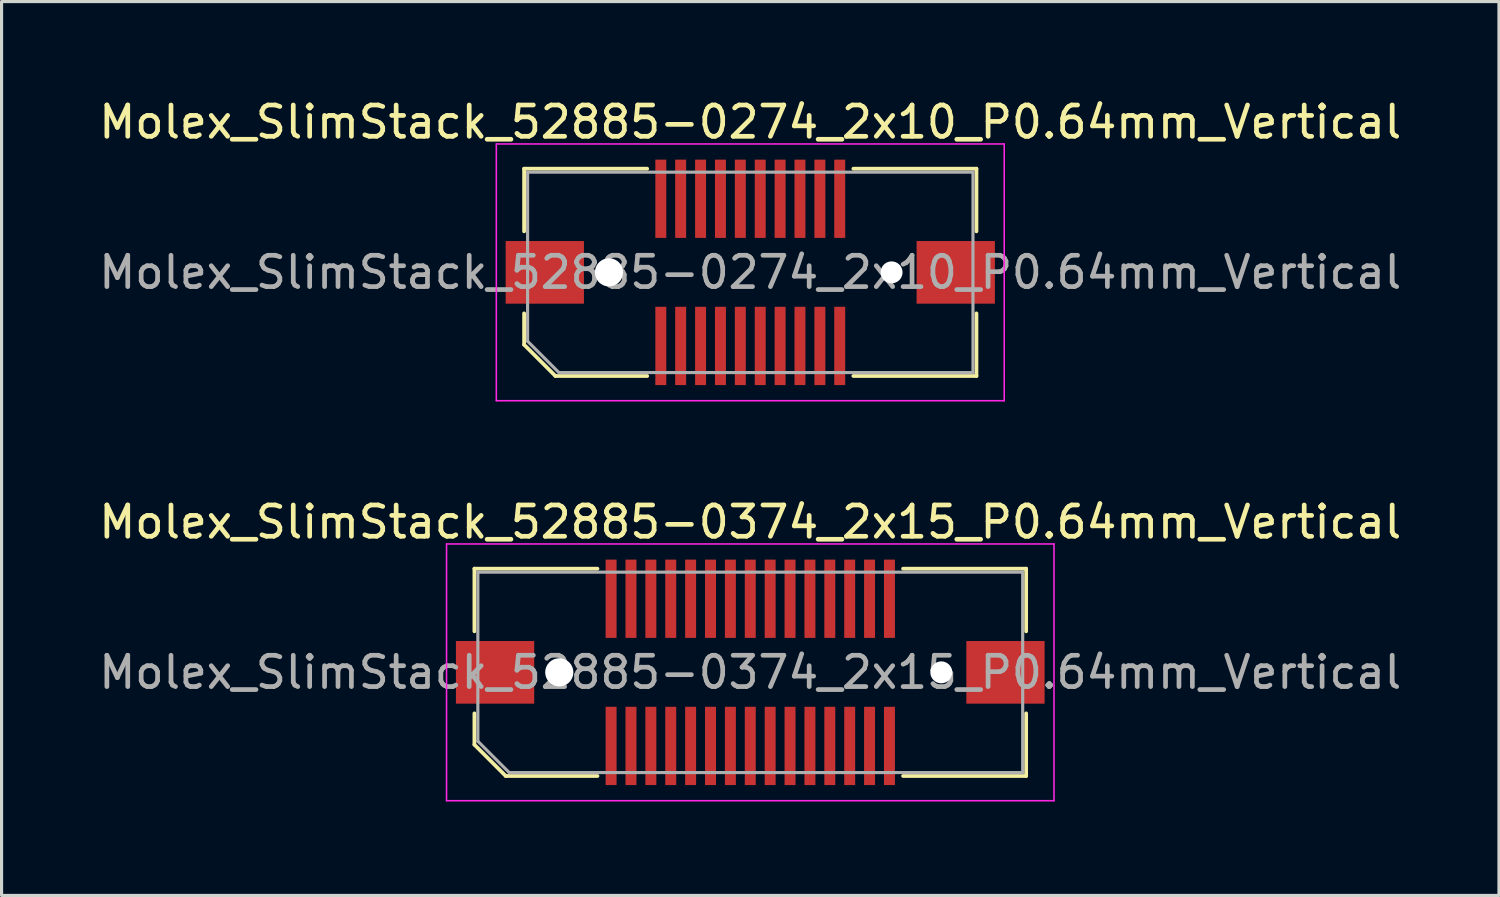
<source format=kicad_pcb>
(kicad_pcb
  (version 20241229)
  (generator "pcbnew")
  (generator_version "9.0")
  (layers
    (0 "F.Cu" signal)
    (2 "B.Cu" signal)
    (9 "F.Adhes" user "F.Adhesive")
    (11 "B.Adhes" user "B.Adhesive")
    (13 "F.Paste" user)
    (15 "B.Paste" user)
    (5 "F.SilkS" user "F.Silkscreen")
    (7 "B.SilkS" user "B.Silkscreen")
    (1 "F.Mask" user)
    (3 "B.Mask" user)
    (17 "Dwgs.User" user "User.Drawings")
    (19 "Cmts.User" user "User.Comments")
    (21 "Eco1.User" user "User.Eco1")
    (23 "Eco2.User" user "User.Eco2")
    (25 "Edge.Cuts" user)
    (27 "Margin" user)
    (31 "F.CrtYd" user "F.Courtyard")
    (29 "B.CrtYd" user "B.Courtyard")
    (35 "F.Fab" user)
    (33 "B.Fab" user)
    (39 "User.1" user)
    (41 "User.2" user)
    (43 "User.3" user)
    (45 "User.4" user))
  (footprint "Molex_SlimStack_52885-0374_2x15_P0.64mm_Vertical"
    (layer "F.Cu")
    (at 20.911 18.422)
    (property "Reference" "Molex_SlimStack_52885-0374_2x15_P0.64mm_Vertical" (at 0 -4.8 0) (layer "F.SilkS") (effects (font (size 1 1) (thickness 0.15))))
    (attr smd)
    (fp_line (start -8.81 -3.31) (end -4.88 -3.31) (stroke (width 0.12) (type solid)) (layer "F.SilkS"))
    (fp_line (start -8.81 -1.31) (end -8.81 -3.31) (stroke (width 0.12) (type solid)) (layer "F.SilkS"))
    (fp_line (start -8.81 2.31) (end -8.81 1.31) (stroke (width 0.12) (type solid)) (layer "F.SilkS"))
    (fp_line (start -7.81 3.31) (end -8.81 2.31) (stroke (width 0.12) (type solid)) (layer "F.SilkS"))
    (fp_line (start -4.88 3.31) (end -7.81 3.31) (stroke (width 0.12) (type solid)) (layer "F.SilkS"))
    (fp_line (start 4.88 3.31) (end 8.81 3.31) (stroke (width 0.12) (type solid)) (layer "F.SilkS"))
    (fp_line (start 8.81 -3.31) (end 4.88 -3.31) (stroke (width 0.12) (type solid)) (layer "F.SilkS"))
    (fp_line (start 8.81 -1.31) (end 8.81 -3.31) (stroke (width 0.12) (type solid)) (layer "F.SilkS"))
    (fp_line (start 8.81 3.31) (end 8.81 1.31) (stroke (width 0.12) (type solid)) (layer "F.SilkS"))
    (fp_line (start -9.7 -4.1) (end -9.7 4.1) (stroke (width 0.05) (type solid)) (layer "F.CrtYd"))
    (fp_line (start -9.7 4.1) (end 9.7 4.1) (stroke (width 0.05) (type solid)) (layer "F.CrtYd"))
    (fp_line (start 9.7 -4.1) (end -9.7 -4.1) (stroke (width 0.05) (type solid)) (layer "F.CrtYd"))
    (fp_line (start 9.7 4.1) (end 9.7 -4.1) (stroke (width 0.05) (type solid)) (layer "F.CrtYd"))
    (fp_line (start -8.7 -3.2) (end -8.7 2.2) (stroke (width 0.1) (type solid)) (layer "F.Fab"))
    (fp_line (start -8.7 2.2) (end -7.7 3.2) (stroke (width 0.1) (type solid)) (layer "F.Fab"))
    (fp_line (start -7.7 3.2) (end 8.7 3.2) (stroke (width 0.1) (type solid)) (layer "F.Fab"))
    (fp_line (start 8.7 -3.2) (end -8.7 -3.2) (stroke (width 0.1) (type solid)) (layer "F.Fab"))
    (fp_line (start 8.7 3.2) (end 8.7 -3.2) (stroke (width 0.1) (type solid)) (layer "F.Fab"))
    (fp_text user "${REFERENCE}" (at 0 0 0) (layer "F.Fab") (effects (font (size 1 1) (thickness 0.15))))
    (pad "" smd rect (at -8.15 0) (size 2.5 2) (layers "F.Cu" "F.Mask" "F.Paste"))
    (pad "" np_thru_hole circle (at -6.1 0) (size 0.9 0.9) (drill 0.9) (layers "*.Cu" "*.Mask"))
    (pad "" np_thru_hole circle (at 6.1 0) (size 0.7 0.7) (drill 0.7) (layers "*.Cu" "*.Mask"))
    (pad "" smd rect (at 8.15 0) (size 2.5 2) (layers "F.Cu" "F.Mask" "F.Paste"))
    (pad "1" smd rect (at -4.445 2.35) (size 0.35 2.5) (layers "F.Cu" "F.Mask" "F.Paste"))
    (pad "2" smd rect (at -4.445 -2.35) (size 0.35 2.5) (layers "F.Cu" "F.Mask" "F.Paste"))
    (pad "3" smd rect (at -3.81 2.35) (size 0.35 2.5) (layers "F.Cu" "F.Mask" "F.Paste"))
    (pad "4" smd rect (at -3.81 -2.35) (size 0.35 2.5) (layers "F.Cu" "F.Mask" "F.Paste"))
    (pad "5" smd rect (at -3.175 2.35) (size 0.35 2.5) (layers "F.Cu" "F.Mask" "F.Paste"))
    (pad "6" smd rect (at -3.175 -2.35) (size 0.35 2.5) (layers "F.Cu" "F.Mask" "F.Paste"))
    (pad "7" smd rect (at -2.54 2.35) (size 0.35 2.5) (layers "F.Cu" "F.Mask" "F.Paste"))
    (pad "8" smd rect (at -2.54 -2.35) (size 0.35 2.5) (layers "F.Cu" "F.Mask" "F.Paste"))
    (pad "9" smd rect (at -1.905 2.35) (size 0.35 2.5) (layers "F.Cu" "F.Mask" "F.Paste"))
    (pad "10" smd rect (at -1.905 -2.35) (size 0.35 2.5) (layers "F.Cu" "F.Mask" "F.Paste"))
    (pad "11" smd rect (at -1.27 2.35) (size 0.35 2.5) (layers "F.Cu" "F.Mask" "F.Paste"))
    (pad "12" smd rect (at -1.27 -2.35) (size 0.35 2.5) (layers "F.Cu" "F.Mask" "F.Paste"))
    (pad "13" smd rect (at -0.635 2.35) (size 0.35 2.5) (layers "F.Cu" "F.Mask" "F.Paste"))
    (pad "14" smd rect (at -0.635 -2.35) (size 0.35 2.5) (layers "F.Cu" "F.Mask" "F.Paste"))
    (pad "15" smd rect (at 0 2.35) (size 0.35 2.5) (layers "F.Cu" "F.Mask" "F.Paste"))
    (pad "16" smd rect (at 0 -2.35) (size 0.35 2.5) (layers "F.Cu" "F.Mask" "F.Paste"))
    (pad "17" smd rect (at 0.635 2.35) (size 0.35 2.5) (layers "F.Cu" "F.Mask" "F.Paste"))
    (pad "18" smd rect (at 0.635 -2.35) (size 0.35 2.5) (layers "F.Cu" "F.Mask" "F.Paste"))
    (pad "19" smd rect (at 1.27 2.35) (size 0.35 2.5) (layers "F.Cu" "F.Mask" "F.Paste"))
    (pad "20" smd rect (at 1.27 -2.35) (size 0.35 2.5) (layers "F.Cu" "F.Mask" "F.Paste"))
    (pad "21" smd rect (at 1.905 2.35) (size 0.35 2.5) (layers "F.Cu" "F.Mask" "F.Paste"))
    (pad "22" smd rect (at 1.905 -2.35) (size 0.35 2.5) (layers "F.Cu" "F.Mask" "F.Paste"))
    (pad "23" smd rect (at 2.54 2.35) (size 0.35 2.5) (layers "F.Cu" "F.Mask" "F.Paste"))
    (pad "24" smd rect (at 2.54 -2.35) (size 0.35 2.5) (layers "F.Cu" "F.Mask" "F.Paste"))
    (pad "25" smd rect (at 3.175 2.35) (size 0.35 2.5) (layers "F.Cu" "F.Mask" "F.Paste"))
    (pad "26" smd rect (at 3.175 -2.35) (size 0.35 2.5) (layers "F.Cu" "F.Mask" "F.Paste"))
    (pad "27" smd rect (at 3.81 2.35) (size 0.35 2.5) (layers "F.Cu" "F.Mask" "F.Paste"))
    (pad "28" smd rect (at 3.81 -2.35) (size 0.35 2.5) (layers "F.Cu" "F.Mask" "F.Paste"))
    (pad "29" smd rect (at 4.445 2.35) (size 0.35 2.5) (layers "F.Cu" "F.Mask" "F.Paste"))
    (pad "30" smd rect (at 4.445 -2.35) (size 0.35 2.5) (layers "F.Cu" "F.Mask" "F.Paste")))
  (footprint "Molex_SlimStack_52885-0274_2x10_P0.64mm_Vertical"
    (layer "F.Cu")
    (at 20.911 5.648)
    (property "Reference" "Molex_SlimStack_52885-0274_2x10_P0.64mm_Vertical" (at 0 -4.8 0) (layer "F.SilkS") (effects (font (size 1 1) (thickness 0.15))))
    (attr smd)
    (fp_line (start -7.223 -3.31) (end -3.292 -3.31) (stroke (width 0.12) (type solid)) (layer "F.SilkS"))
    (fp_line (start -7.223 -1.31) (end -7.223 -3.31) (stroke (width 0.12) (type solid)) (layer "F.SilkS"))
    (fp_line (start -7.223 2.31) (end -7.223 1.31) (stroke (width 0.12) (type solid)) (layer "F.SilkS"))
    (fp_line (start -6.223 3.31) (end -7.223 2.31) (stroke (width 0.12) (type solid)) (layer "F.SilkS"))
    (fp_line (start -3.292 3.31) (end -6.223 3.31) (stroke (width 0.12) (type solid)) (layer "F.SilkS"))
    (fp_line (start 3.292 3.31) (end 7.223 3.31) (stroke (width 0.12) (type solid)) (layer "F.SilkS"))
    (fp_line (start 7.223 -3.31) (end 3.292 -3.31) (stroke (width 0.12) (type solid)) (layer "F.SilkS"))
    (fp_line (start 7.223 -1.31) (end 7.223 -3.31) (stroke (width 0.12) (type solid)) (layer "F.SilkS"))
    (fp_line (start 7.223 3.31) (end 7.223 1.31) (stroke (width 0.12) (type solid)) (layer "F.SilkS"))
    (fp_line (start -8.11 -4.1) (end -8.11 4.1) (stroke (width 0.05) (type solid)) (layer "F.CrtYd"))
    (fp_line (start -8.11 4.1) (end 8.11 4.1) (stroke (width 0.05) (type solid)) (layer "F.CrtYd"))
    (fp_line (start 8.11 -4.1) (end -8.11 -4.1) (stroke (width 0.05) (type solid)) (layer "F.CrtYd"))
    (fp_line (start 8.11 4.1) (end 8.11 -4.1) (stroke (width 0.05) (type solid)) (layer "F.CrtYd"))
    (fp_line (start -7.112 -3.2) (end -7.112 2.2) (stroke (width 0.1) (type solid)) (layer "F.Fab"))
    (fp_line (start -7.112 2.2) (end -6.112 3.2) (stroke (width 0.1) (type solid)) (layer "F.Fab"))
    (fp_line (start -6.112 3.2) (end 7.112 3.2) (stroke (width 0.1) (type solid)) (layer "F.Fab"))
    (fp_line (start 7.112 -3.2) (end -7.112 -3.2) (stroke (width 0.1) (type solid)) (layer "F.Fab"))
    (fp_line (start 7.112 3.2) (end 7.112 -3.2) (stroke (width 0.1) (type solid)) (layer "F.Fab"))
    (fp_text user "${REFERENCE}" (at 0 0 0) (layer "F.Fab") (effects (font (size 1 1) (thickness 0.15))))
    (pad "" np_thru_hole circle (at -4.513 0) (size 0.9 0.9) (drill 0.9) (layers "*.Cu" "*.Mask"))
    (pad "" np_thru_hole circle (at 4.513 0) (size 0.7 0.7) (drill 0.7) (layers "*.Cu" "*.Mask"))
    (pad "1" smd rect (at -2.857 2.35) (size 0.35 2.5) (layers "F.Cu" "F.Mask" "F.Paste"))
    (pad "2" smd rect (at -2.857 -2.35) (size 0.35 2.5) (layers "F.Cu" "F.Mask" "F.Paste"))
    (pad "3" smd rect (at -2.223 2.35) (size 0.35 2.5) (layers "F.Cu" "F.Mask" "F.Paste"))
    (pad "4" smd rect (at -2.223 -2.35) (size 0.35 2.5) (layers "F.Cu" "F.Mask" "F.Paste"))
    (pad "5" smd rect (at -1.587 2.35) (size 0.35 2.5) (layers "F.Cu" "F.Mask" "F.Paste"))
    (pad "6" smd rect (at -1.587 -2.35) (size 0.35 2.5) (layers "F.Cu" "F.Mask" "F.Paste"))
    (pad "7" smd rect (at -0.953 2.35) (size 0.35 2.5) (layers "F.Cu" "F.Mask" "F.Paste"))
    (pad "8" smd rect (at -0.953 -2.35) (size 0.35 2.5) (layers "F.Cu" "F.Mask" "F.Paste"))
    (pad "9" smd rect (at -0.318 2.35) (size 0.35 2.5) (layers "F.Cu" "F.Mask" "F.Paste"))
    (pad "10" smd rect (at -0.318 -2.35) (size 0.35 2.5) (layers "F.Cu" "F.Mask" "F.Paste"))
    (pad "11" smd rect (at 0.318 2.35) (size 0.35 2.5) (layers "F.Cu" "F.Mask" "F.Paste"))
    (pad "12" smd rect (at 0.318 -2.35) (size 0.35 2.5) (layers "F.Cu" "F.Mask" "F.Paste"))
    (pad "13" smd rect (at 0.953 2.35) (size 0.35 2.5) (layers "F.Cu" "F.Mask" "F.Paste"))
    (pad "14" smd rect (at 0.953 -2.35) (size 0.35 2.5) (layers "F.Cu" "F.Mask" "F.Paste"))
    (pad "15" smd rect (at 1.587 2.35) (size 0.35 2.5) (layers "F.Cu" "F.Mask" "F.Paste"))
    (pad "16" smd rect (at 1.587 -2.35) (size 0.35 2.5) (layers "F.Cu" "F.Mask" "F.Paste"))
    (pad "17" smd rect (at 2.223 2.35) (size 0.35 2.5) (layers "F.Cu" "F.Mask" "F.Paste"))
    (pad "18" smd rect (at 2.223 -2.35) (size 0.35 2.5) (layers "F.Cu" "F.Mask" "F.Paste"))
    (pad "19" smd rect (at 2.857 2.35) (size 0.35 2.5) (layers "F.Cu" "F.Mask" "F.Paste"))
    (pad "20" smd rect (at 2.857 -2.35) (size 0.35 2.5) (layers "F.Cu" "F.Mask" "F.Paste"))
    (pad "MP" smd rect (at -6.562 0) (size 2.5 2) (layers "F.Cu" "F.Mask" "F.Paste"))
    (pad "MP" smd rect (at 6.562 0) (size 2.5 2) (layers "F.Cu" "F.Mask" "F.Paste")))
  (gr_rect
    (start -3 -3)
    (end 44.821 25.547)
    (stroke (width 0.1) (type default))
    (fill no)
    (layer "Edge.Cuts")))
</source>
